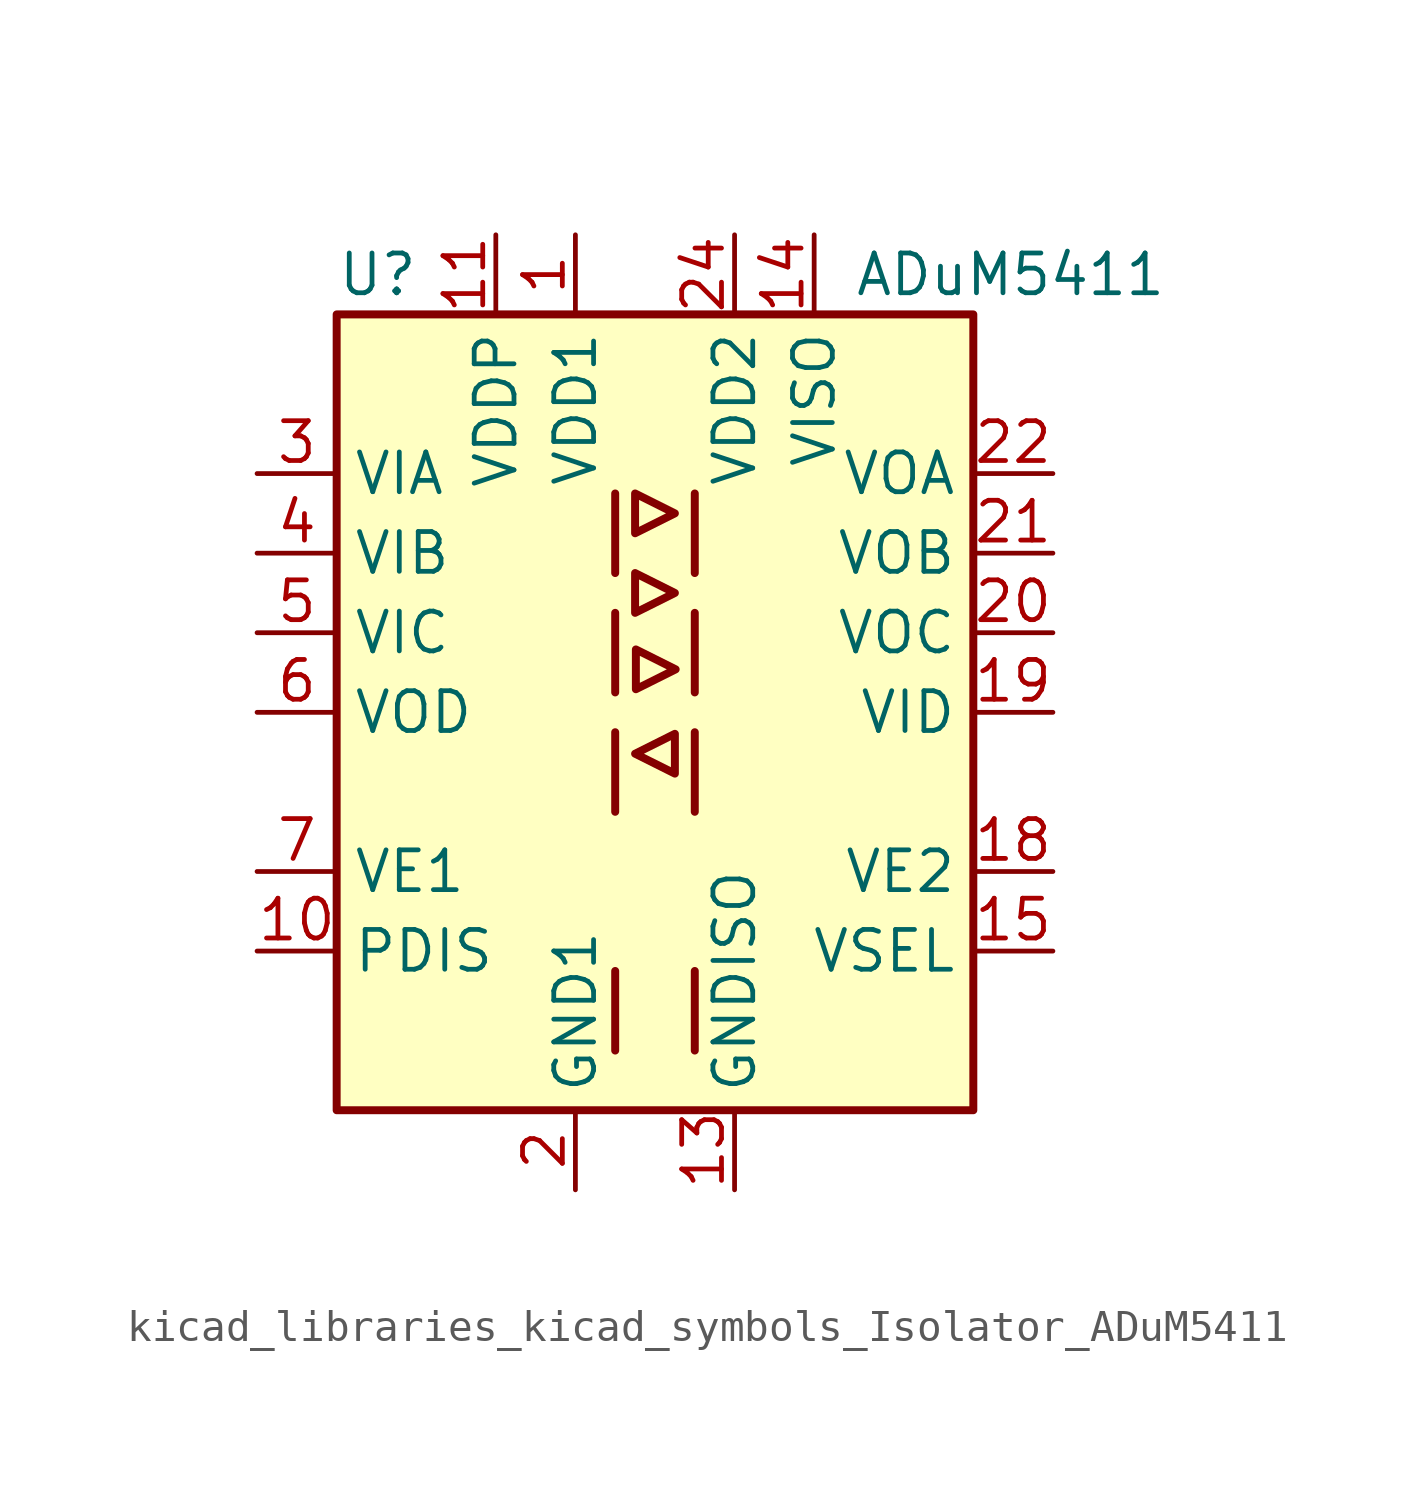
<source format=kicad_sym>
(kicad_symbol_lib
  (version 20220914)
  (generator kicad_symbol_editor)
  (symbol "kicad_libraries_kicad_symbols_Isolator_ADuM5411"
    (property "Reference" "U"
      (at -10.16 13.97 0)
      (effects (font (size 1.27 1.27)) (justify left)))
    (property "Value" "ADuM5411"
      (at 6.35 13.97 0)
      (effects (font (size 1.27 1.27)) (justify left)))
    (symbol "kicad_libraries_kicad_symbols_Isolator_ADuM5411_1_1"
      (rectangle (start -10.16 12.7) (end 10.16 -12.7) (stroke (width 0.254) (type default)) (fill (type background)))
      (polyline (pts (xy -1.27 -8.255) (xy -1.27 -10.795)) (stroke (width 0.254) (type default)) (fill (type none)))
      (polyline (pts (xy -1.27 -0.635) (xy -1.27 -3.175)) (stroke (width 0.254) (type default)) (fill (type none)))
      (polyline (pts (xy -1.27 3.175) (xy -1.27 0.635)) (stroke (width 0.254) (type default)) (fill (type none)))
      (polyline (pts (xy -1.27 6.985) (xy -1.27 4.445)) (stroke (width 0.254) (type default)) (fill (type none)))
      (polyline (pts (xy 1.27 -8.255) (xy 1.27 -10.795)) (stroke (width 0.254) (type default)) (fill (type none)))
      (polyline (pts (xy 1.27 -0.635) (xy 1.27 -3.175)) (stroke (width 0.254) (type default)) (fill (type none)))
      (polyline (pts (xy 1.27 3.175) (xy 1.27 0.635)) (stroke (width 0.254) (type default)) (fill (type none)))
      (polyline (pts (xy 1.27 6.985) (xy 1.27 4.445)) (stroke (width 0.254) (type default)) (fill (type none)))
      (polyline (pts (xy -0.635 4.445) (xy -0.635 3.175) (xy 0.635 3.81) (xy -0.635 4.445)) (stroke (width 0.254) (type default)) (fill (type none)))
      (polyline (pts (xy -0.635 5.715) (xy 0.635 6.35) (xy -0.635 6.985) (xy -0.635 5.715)) (stroke (width 0.254) (type default)) (fill (type none)))
      (polyline (pts (xy -0.61 2.007) (xy 0.66 1.372) (xy -0.61 0.737) (xy -0.61 2.007)) (stroke (width 0.254) (type default)) (fill (type none)))
      (polyline (pts (xy 0.635 -0.686) (xy 0.635 -1.956) (xy -0.635 -1.321) (xy 0.635 -0.686)) (stroke (width 0.254) (type default)) (fill (type none)))
      (pin power_in line (at -2.54 15.24 270) (length 2.54) (name "VDD1" (effects (font (size 1.27 1.27)))) (number "1" (effects (font (size 1.27 1.27)))))
      (pin input line (at -12.7 -7.62 0) (length 2.54) (name "PDIS" (effects (font (size 1.27 1.27)))) (number "10" (effects (font (size 1.27 1.27)))))
      (pin power_in line (at -5.08 15.24 270) (length 2.54) (name "VDDP" (effects (font (size 1.27 1.27)))) (number "11" (effects (font (size 1.27 1.27)))))
      (pin passive line (at -2.54 -15.24 90) (length 2.54) hide (name "GND1" (effects (font (size 1.27 1.27)))) (number "12" (effects (font (size 1.27 1.27)))))
      (pin power_in line (at 2.54 -15.24 90) (length 2.54) (name "GNDISO" (effects (font (size 1.27 1.27)))) (number "13" (effects (font (size 1.27 1.27)))))
      (pin power_out line (at 5.08 15.24 270) (length 2.54) (name "VISO" (effects (font (size 1.27 1.27)))) (number "14" (effects (font (size 1.27 1.27)))))
      (pin input line (at 12.7 -7.62 180) (length 2.54) (name "VSEL" (effects (font (size 1.27 1.27)))) (number "15" (effects (font (size 1.27 1.27)))))
      (pin passive line (at 2.54 -15.24 90) (length 2.54) hide (name "GNDISO" (effects (font (size 1.27 1.27)))) (number "16" (effects (font (size 1.27 1.27)))))
      (pin no_connect line (at 10.16 -2.54 180) (length 2.54) hide (name "NC" (effects (font (size 1.27 1.27)))) (number "17" (effects (font (size 1.27 1.27)))))
      (pin input line (at 12.7 -5.08 180) (length 2.54) (name "VE2" (effects (font (size 1.27 1.27)))) (number "18" (effects (font (size 1.27 1.27)))))
      (pin input line (at 12.7 0 180) (length 2.54) (name "VID" (effects (font (size 1.27 1.27)))) (number "19" (effects (font (size 1.27 1.27)))))
      (pin power_in line (at -2.54 -15.24 90) (length 2.54) (name "GND1" (effects (font (size 1.27 1.27)))) (number "2" (effects (font (size 1.27 1.27)))))
      (pin output line (at 12.7 2.54 180) (length 2.54) (name "VOC" (effects (font (size 1.27 1.27)))) (number "20" (effects (font (size 1.27 1.27)))))
      (pin output line (at 12.7 5.08 180) (length 2.54) (name "VOB" (effects (font (size 1.27 1.27)))) (number "21" (effects (font (size 1.27 1.27)))))
      (pin output line (at 12.7 7.62 180) (length 2.54) (name "VOA" (effects (font (size 1.27 1.27)))) (number "22" (effects (font (size 1.27 1.27)))))
      (pin passive line (at 2.54 -15.24 90) (length 2.54) hide (name "GNDISO" (effects (font (size 1.27 1.27)))) (number "23" (effects (font (size 1.27 1.27)))))
      (pin power_in line (at 2.54 15.24 270) (length 2.54) (name "VDD2" (effects (font (size 1.27 1.27)))) (number "24" (effects (font (size 1.27 1.27)))))
      (pin input line (at -12.7 7.62 0) (length 2.54) (name "VIA" (effects (font (size 1.27 1.27)))) (number "3" (effects (font (size 1.27 1.27)))))
      (pin input line (at -12.7 5.08 0) (length 2.54) (name "VIB" (effects (font (size 1.27 1.27)))) (number "4" (effects (font (size 1.27 1.27)))))
      (pin input line (at -12.7 2.54 0) (length 2.54) (name "VIC" (effects (font (size 1.27 1.27)))) (number "5" (effects (font (size 1.27 1.27)))))
      (pin output line (at -12.7 0 0) (length 2.54) (name "VOD" (effects (font (size 1.27 1.27)))) (number "6" (effects (font (size 1.27 1.27)))))
      (pin input line (at -12.7 -5.08 0) (length 2.54) (name "VE1" (effects (font (size 1.27 1.27)))) (number "7" (effects (font (size 1.27 1.27)))))
      (pin no_connect line (at -10.16 -2.54 0) (length 2.54) hide (name "NC" (effects (font (size 1.27 1.27)))) (number "8" (effects (font (size 1.27 1.27)))))
      (pin passive line (at -2.54 -15.24 90) (length 2.54) hide (name "GND1" (effects (font (size 1.27 1.27)))) (number "9" (effects (font (size 1.27 1.27))))))))
</source>
